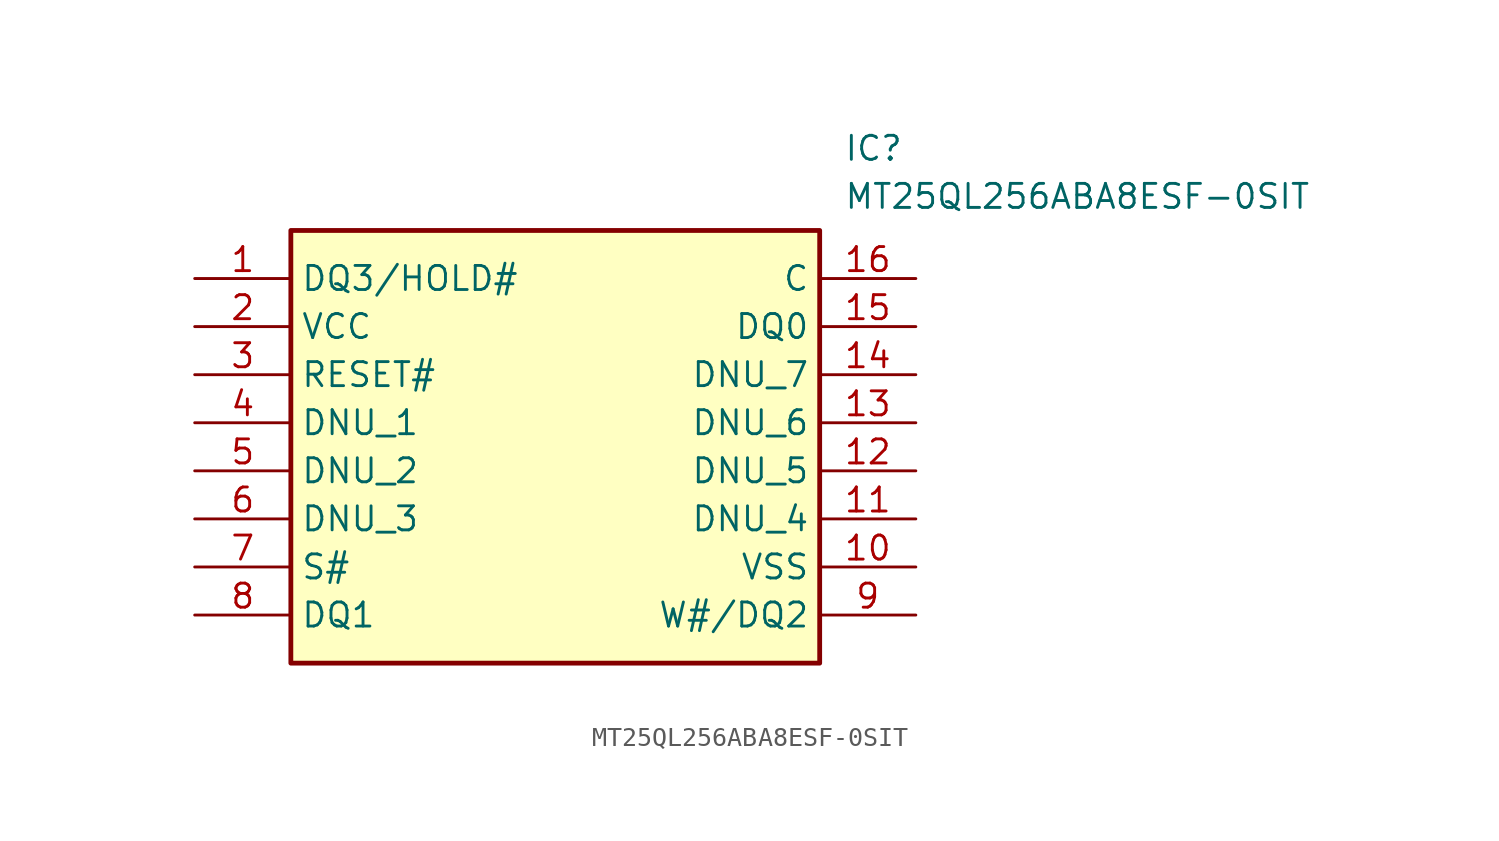
<source format=kicad_sym>
(kicad_symbol_lib
  (version 20211014)
  (generator SamacSys_ECAD_Model)
  (symbol "MT25QL256ABA8ESF-0SIT"
    (property "Reference" "IC"
      (at 34.29 7.62 0)
      (effects (font (size 1.27 1.27)) (justify left top)))
    (property "Value" "MT25QL256ABA8ESF-0SIT"
      (at 34.29 5.08 0)
      (effects (font (size 1.27 1.27)) (justify left top)))
    (rectangle
      (start 5.08 2.54)
      (end 33.02 -20.32)
      (stroke (width 0.254) (type default))
      (fill (type background)))
    (pin input line
      (at 0 0 0)
      (length 5.08)
      (name "DQ3/HOLD#" (effects (font (size 1.27 1.27))))
      (number "1" (effects (font (size 1.27 1.27)))))
    (pin power_in line
      (at 0 -2.54 0)
      (length 5.08)
      (name "VCC" (effects (font (size 1.27 1.27))))
      (number "2" (effects (font (size 1.27 1.27)))))
    (pin input line
      (at 0 -5.08 0)
      (length 5.08)
      (name "RESET#" (effects (font (size 1.27 1.27))))
      (number "3" (effects (font (size 1.27 1.27)))))
    (pin passive line
      (at 0 -7.62 0)
      (length 5.08)
      (name "DNU_1" (effects (font (size 1.27 1.27))))
      (number "4" (effects (font (size 1.27 1.27)))))
    (pin passive line
      (at 0 -10.16 0)
      (length 5.08)
      (name "DNU_2" (effects (font (size 1.27 1.27))))
      (number "5" (effects (font (size 1.27 1.27)))))
    (pin passive line
      (at 0 -12.7 0)
      (length 5.08)
      (name "DNU_3" (effects (font (size 1.27 1.27))))
      (number "6" (effects (font (size 1.27 1.27)))))
    (pin input line
      (at 0 -15.24 0)
      (length 5.08)
      (name "S#" (effects (font (size 1.27 1.27))))
      (number "7" (effects (font (size 1.27 1.27)))))
    (pin bidirectional line
      (at 0 -17.78 0)
      (length 5.08)
      (name "DQ1" (effects (font (size 1.27 1.27))))
      (number "8" (effects (font (size 1.27 1.27)))))
    (pin input line
      (at 38.1 0 180)
      (length 5.08)
      (name "C" (effects (font (size 1.27 1.27))))
      (number "16" (effects (font (size 1.27 1.27)))))
    (pin bidirectional line
      (at 38.1 -2.54 180)
      (length 5.08)
      (name "DQ0" (effects (font (size 1.27 1.27))))
      (number "15" (effects (font (size 1.27 1.27)))))
    (pin passive line
      (at 38.1 -5.08 180)
      (length 5.08)
      (name "DNU_7" (effects (font (size 1.27 1.27))))
      (number "14" (effects (font (size 1.27 1.27)))))
    (pin passive line
      (at 38.1 -7.62 180)
      (length 5.08)
      (name "DNU_6" (effects (font (size 1.27 1.27))))
      (number "13" (effects (font (size 1.27 1.27)))))
    (pin passive line
      (at 38.1 -10.16 180)
      (length 5.08)
      (name "DNU_5" (effects (font (size 1.27 1.27))))
      (number "12" (effects (font (size 1.27 1.27)))))
    (pin passive line
      (at 38.1 -12.7 180)
      (length 5.08)
      (name "DNU_4" (effects (font (size 1.27 1.27))))
      (number "11" (effects (font (size 1.27 1.27)))))
    (pin power_in line
      (at 38.1 -15.24 180)
      (length 5.08)
      (name "VSS" (effects (font (size 1.27 1.27))))
      (number "10" (effects (font (size 1.27 1.27)))))
    (pin bidirectional line
      (at 38.1 -17.78 180)
      (length 5.08)
      (name "W#/DQ2" (effects (font (size 1.27 1.27))))
      (number "9" (effects (font (size 1.27 1.27)))))))
</source>
